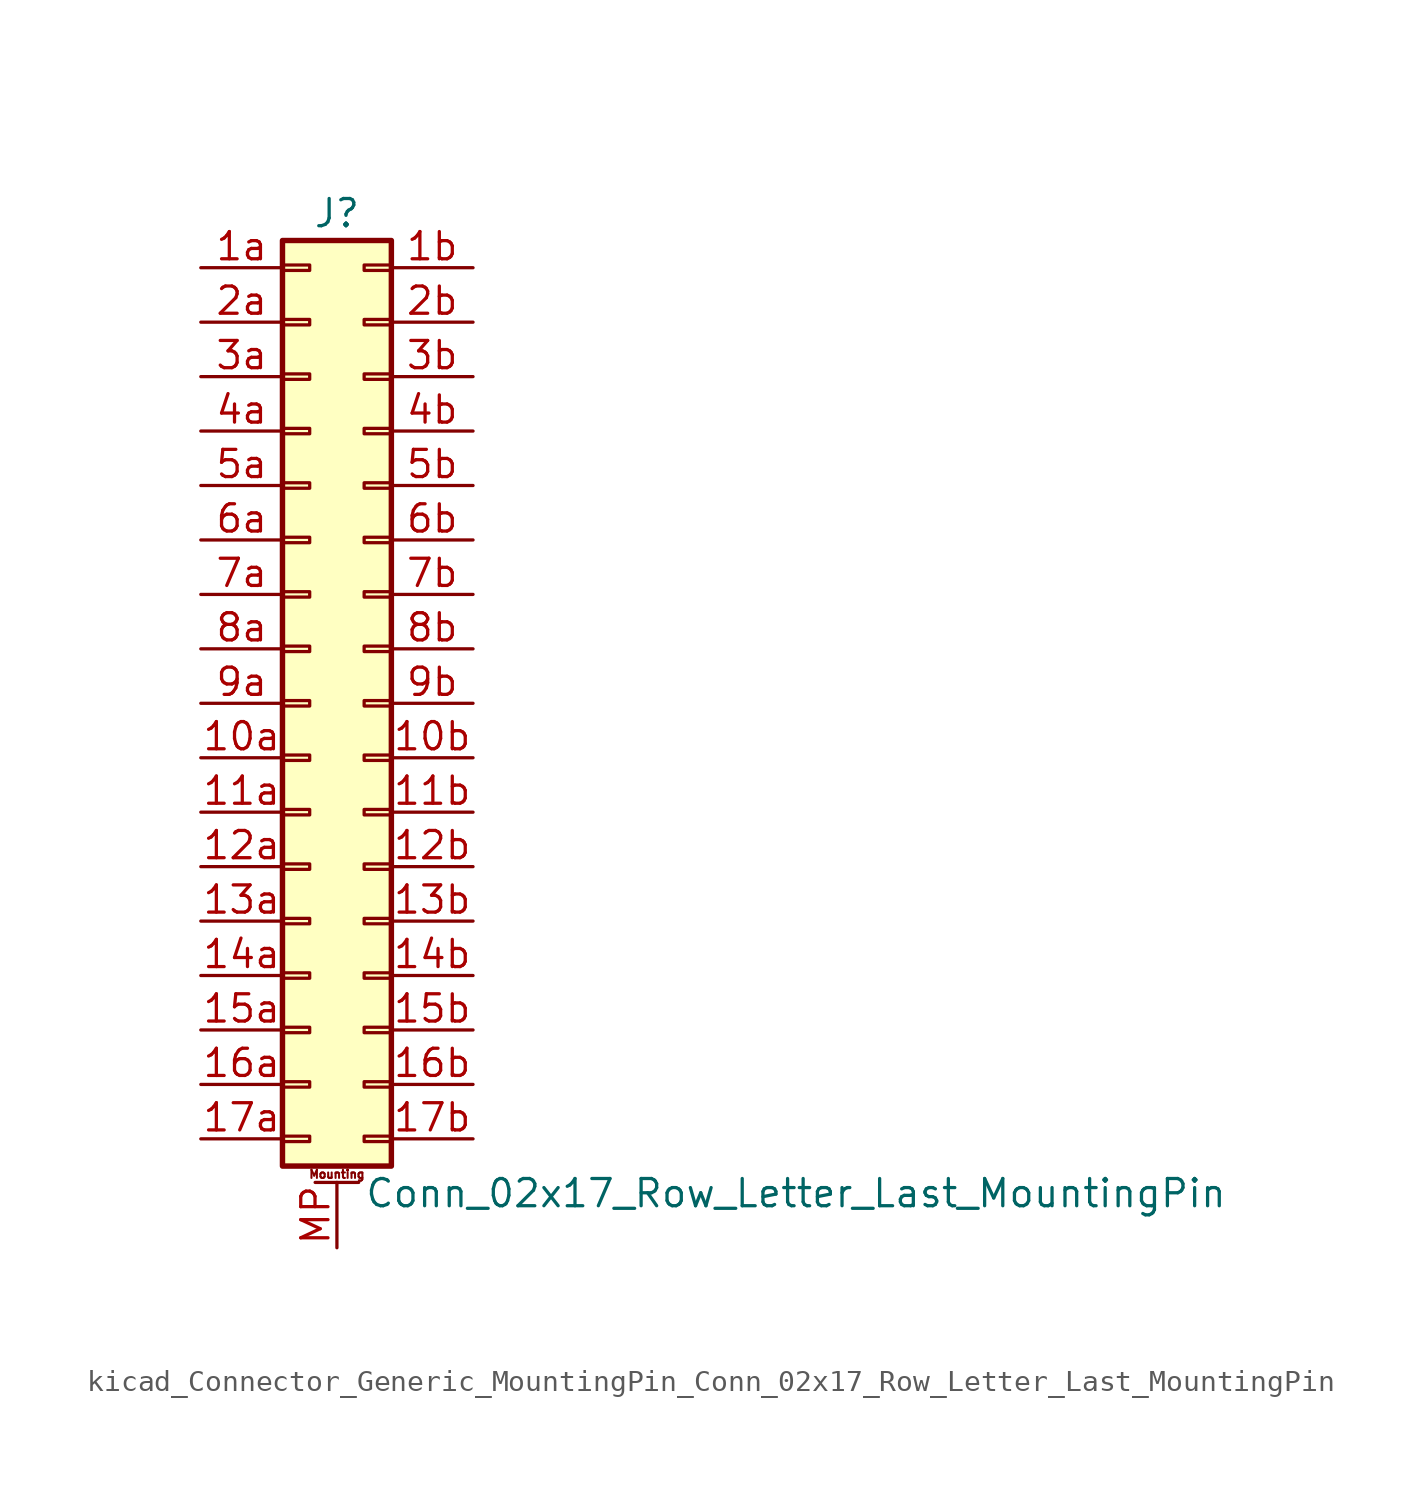
<source format=kicad_sym>
(kicad_symbol_lib
  (version 20220914)
  (generator kicad_symbol_editor)
  (symbol "kicad_Connector_Generic_MountingPin_Conn_02x17_Row_Letter_Last_MountingPin"
    (pin_names
      (offset 1.016) hide)
    (property "Reference" "J"
      (at 1.27 22.86 0)
      (effects (font (size 1.27 1.27))))
    (property "Value" "Conn_02x17_Row_Letter_Last_MountingPin"
      (at 2.54 -22.86 0)
      (effects (font (size 1.27 1.27)) (justify left)))
    (symbol "kicad_Connector_Generic_MountingPin_Conn_02x17_Row_Letter_Last_MountingPin_1_1"
      (rectangle (start -1.27 -20.193) (end 0 -20.447) (stroke (width 0.152) (type default)) (fill (type none)))
      (rectangle (start -1.27 -17.653) (end 0 -17.907) (stroke (width 0.152) (type default)) (fill (type none)))
      (rectangle (start -1.27 -15.113) (end 0 -15.367) (stroke (width 0.152) (type default)) (fill (type none)))
      (rectangle (start -1.27 -12.573) (end 0 -12.827) (stroke (width 0.152) (type default)) (fill (type none)))
      (rectangle (start -1.27 -10.033) (end 0 -10.287) (stroke (width 0.152) (type default)) (fill (type none)))
      (rectangle (start -1.27 -7.493) (end 0 -7.747) (stroke (width 0.152) (type default)) (fill (type none)))
      (rectangle (start -1.27 -4.953) (end 0 -5.207) (stroke (width 0.152) (type default)) (fill (type none)))
      (rectangle (start -1.27 -2.413) (end 0 -2.667) (stroke (width 0.152) (type default)) (fill (type none)))
      (rectangle (start -1.27 0.127) (end 0 -0.127) (stroke (width 0.152) (type default)) (fill (type none)))
      (rectangle (start -1.27 2.667) (end 0 2.413) (stroke (width 0.152) (type default)) (fill (type none)))
      (rectangle (start -1.27 5.207) (end 0 4.953) (stroke (width 0.152) (type default)) (fill (type none)))
      (rectangle (start -1.27 7.747) (end 0 7.493) (stroke (width 0.152) (type default)) (fill (type none)))
      (rectangle (start -1.27 10.287) (end 0 10.033) (stroke (width 0.152) (type default)) (fill (type none)))
      (rectangle (start -1.27 12.827) (end 0 12.573) (stroke (width 0.152) (type default)) (fill (type none)))
      (rectangle (start -1.27 15.367) (end 0 15.113) (stroke (width 0.152) (type default)) (fill (type none)))
      (rectangle (start -1.27 17.907) (end 0 17.653) (stroke (width 0.152) (type default)) (fill (type none)))
      (rectangle (start -1.27 20.447) (end 0 20.193) (stroke (width 0.152) (type default)) (fill (type none)))
      (rectangle (start -1.27 21.59) (end 3.81 -21.59) (stroke (width 0.254) (type default)) (fill (type background)))
      (polyline (pts (xy 0.254 -22.352) (xy 2.286 -22.352)) (stroke (width 0.152) (type default)) (fill (type none)))
      (rectangle (start 3.81 -20.193) (end 2.54 -20.447) (stroke (width 0.152) (type default)) (fill (type none)))
      (rectangle (start 3.81 -17.653) (end 2.54 -17.907) (stroke (width 0.152) (type default)) (fill (type none)))
      (rectangle (start 3.81 -15.113) (end 2.54 -15.367) (stroke (width 0.152) (type default)) (fill (type none)))
      (rectangle (start 3.81 -12.573) (end 2.54 -12.827) (stroke (width 0.152) (type default)) (fill (type none)))
      (rectangle (start 3.81 -10.033) (end 2.54 -10.287) (stroke (width 0.152) (type default)) (fill (type none)))
      (rectangle (start 3.81 -7.493) (end 2.54 -7.747) (stroke (width 0.152) (type default)) (fill (type none)))
      (rectangle (start 3.81 -4.953) (end 2.54 -5.207) (stroke (width 0.152) (type default)) (fill (type none)))
      (rectangle (start 3.81 -2.413) (end 2.54 -2.667) (stroke (width 0.152) (type default)) (fill (type none)))
      (rectangle (start 3.81 0.127) (end 2.54 -0.127) (stroke (width 0.152) (type default)) (fill (type none)))
      (rectangle (start 3.81 2.667) (end 2.54 2.413) (stroke (width 0.152) (type default)) (fill (type none)))
      (rectangle (start 3.81 5.207) (end 2.54 4.953) (stroke (width 0.152) (type default)) (fill (type none)))
      (rectangle (start 3.81 7.747) (end 2.54 7.493) (stroke (width 0.152) (type default)) (fill (type none)))
      (rectangle (start 3.81 10.287) (end 2.54 10.033) (stroke (width 0.152) (type default)) (fill (type none)))
      (rectangle (start 3.81 12.827) (end 2.54 12.573) (stroke (width 0.152) (type default)) (fill (type none)))
      (rectangle (start 3.81 15.367) (end 2.54 15.113) (stroke (width 0.152) (type default)) (fill (type none)))
      (rectangle (start 3.81 17.907) (end 2.54 17.653) (stroke (width 0.152) (type default)) (fill (type none)))
      (rectangle (start 3.81 20.447) (end 2.54 20.193) (stroke (width 0.152) (type default)) (fill (type none)))
      (text "Mounting" (at 1.27 -21.971 0) (effects (font (size 0.381 0.381))))
      (pin passive line (at -5.08 -2.54 0) (length 3.81) (name "Pin_10a" (effects (font (size 1.27 1.27)))) (number "10a" (effects (font (size 1.27 1.27)))))
      (pin passive line (at 7.62 -2.54 180) (length 3.81) (name "Pin_10b" (effects (font (size 1.27 1.27)))) (number "10b" (effects (font (size 1.27 1.27)))))
      (pin passive line (at -5.08 -5.08 0) (length 3.81) (name "Pin_11a" (effects (font (size 1.27 1.27)))) (number "11a" (effects (font (size 1.27 1.27)))))
      (pin passive line (at 7.62 -5.08 180) (length 3.81) (name "Pin_11b" (effects (font (size 1.27 1.27)))) (number "11b" (effects (font (size 1.27 1.27)))))
      (pin passive line (at -5.08 -7.62 0) (length 3.81) (name "Pin_12a" (effects (font (size 1.27 1.27)))) (number "12a" (effects (font (size 1.27 1.27)))))
      (pin passive line (at 7.62 -7.62 180) (length 3.81) (name "Pin_12b" (effects (font (size 1.27 1.27)))) (number "12b" (effects (font (size 1.27 1.27)))))
      (pin passive line (at -5.08 -10.16 0) (length 3.81) (name "Pin_13a" (effects (font (size 1.27 1.27)))) (number "13a" (effects (font (size 1.27 1.27)))))
      (pin passive line (at 7.62 -10.16 180) (length 3.81) (name "Pin_13b" (effects (font (size 1.27 1.27)))) (number "13b" (effects (font (size 1.27 1.27)))))
      (pin passive line (at -5.08 -12.7 0) (length 3.81) (name "Pin_14a" (effects (font (size 1.27 1.27)))) (number "14a" (effects (font (size 1.27 1.27)))))
      (pin passive line (at 7.62 -12.7 180) (length 3.81) (name "Pin_14b" (effects (font (size 1.27 1.27)))) (number "14b" (effects (font (size 1.27 1.27)))))
      (pin passive line (at -5.08 -15.24 0) (length 3.81) (name "Pin_15a" (effects (font (size 1.27 1.27)))) (number "15a" (effects (font (size 1.27 1.27)))))
      (pin passive line (at 7.62 -15.24 180) (length 3.81) (name "Pin_15b" (effects (font (size 1.27 1.27)))) (number "15b" (effects (font (size 1.27 1.27)))))
      (pin passive line (at -5.08 -17.78 0) (length 3.81) (name "Pin_16a" (effects (font (size 1.27 1.27)))) (number "16a" (effects (font (size 1.27 1.27)))))
      (pin passive line (at 7.62 -17.78 180) (length 3.81) (name "Pin_16b" (effects (font (size 1.27 1.27)))) (number "16b" (effects (font (size 1.27 1.27)))))
      (pin passive line (at -5.08 -20.32 0) (length 3.81) (name "Pin_17a" (effects (font (size 1.27 1.27)))) (number "17a" (effects (font (size 1.27 1.27)))))
      (pin passive line (at 7.62 -20.32 180) (length 3.81) (name "Pin_17b" (effects (font (size 1.27 1.27)))) (number "17b" (effects (font (size 1.27 1.27)))))
      (pin passive line (at -5.08 20.32 0) (length 3.81) (name "Pin_1a" (effects (font (size 1.27 1.27)))) (number "1a" (effects (font (size 1.27 1.27)))))
      (pin passive line (at 7.62 20.32 180) (length 3.81) (name "Pin_1b" (effects (font (size 1.27 1.27)))) (number "1b" (effects (font (size 1.27 1.27)))))
      (pin passive line (at -5.08 17.78 0) (length 3.81) (name "Pin_2a" (effects (font (size 1.27 1.27)))) (number "2a" (effects (font (size 1.27 1.27)))))
      (pin passive line (at 7.62 17.78 180) (length 3.81) (name "Pin_2b" (effects (font (size 1.27 1.27)))) (number "2b" (effects (font (size 1.27 1.27)))))
      (pin passive line (at -5.08 15.24 0) (length 3.81) (name "Pin_3a" (effects (font (size 1.27 1.27)))) (number "3a" (effects (font (size 1.27 1.27)))))
      (pin passive line (at 7.62 15.24 180) (length 3.81) (name "Pin_3b" (effects (font (size 1.27 1.27)))) (number "3b" (effects (font (size 1.27 1.27)))))
      (pin passive line (at -5.08 12.7 0) (length 3.81) (name "Pin_4a" (effects (font (size 1.27 1.27)))) (number "4a" (effects (font (size 1.27 1.27)))))
      (pin passive line (at 7.62 12.7 180) (length 3.81) (name "Pin_4b" (effects (font (size 1.27 1.27)))) (number "4b" (effects (font (size 1.27 1.27)))))
      (pin passive line (at -5.08 10.16 0) (length 3.81) (name "Pin_5a" (effects (font (size 1.27 1.27)))) (number "5a" (effects (font (size 1.27 1.27)))))
      (pin passive line (at 7.62 10.16 180) (length 3.81) (name "Pin_5b" (effects (font (size 1.27 1.27)))) (number "5b" (effects (font (size 1.27 1.27)))))
      (pin passive line (at -5.08 7.62 0) (length 3.81) (name "Pin_6a" (effects (font (size 1.27 1.27)))) (number "6a" (effects (font (size 1.27 1.27)))))
      (pin passive line (at 7.62 7.62 180) (length 3.81) (name "Pin_6b" (effects (font (size 1.27 1.27)))) (number "6b" (effects (font (size 1.27 1.27)))))
      (pin passive line (at -5.08 5.08 0) (length 3.81) (name "Pin_7a" (effects (font (size 1.27 1.27)))) (number "7a" (effects (font (size 1.27 1.27)))))
      (pin passive line (at 7.62 5.08 180) (length 3.81) (name "Pin_7b" (effects (font (size 1.27 1.27)))) (number "7b" (effects (font (size 1.27 1.27)))))
      (pin passive line (at -5.08 2.54 0) (length 3.81) (name "Pin_8a" (effects (font (size 1.27 1.27)))) (number "8a" (effects (font (size 1.27 1.27)))))
      (pin passive line (at 7.62 2.54 180) (length 3.81) (name "Pin_8b" (effects (font (size 1.27 1.27)))) (number "8b" (effects (font (size 1.27 1.27)))))
      (pin passive line (at -5.08 0 0) (length 3.81) (name "Pin_9a" (effects (font (size 1.27 1.27)))) (number "9a" (effects (font (size 1.27 1.27)))))
      (pin passive line (at 7.62 0 180) (length 3.81) (name "Pin_9b" (effects (font (size 1.27 1.27)))) (number "9b" (effects (font (size 1.27 1.27)))))
      (pin passive line (at 1.27 -25.4 90) (length 3.048) (name "MountPin" (effects (font (size 1.27 1.27)))) (number "MP" (effects (font (size 1.27 1.27))))))))
</source>
